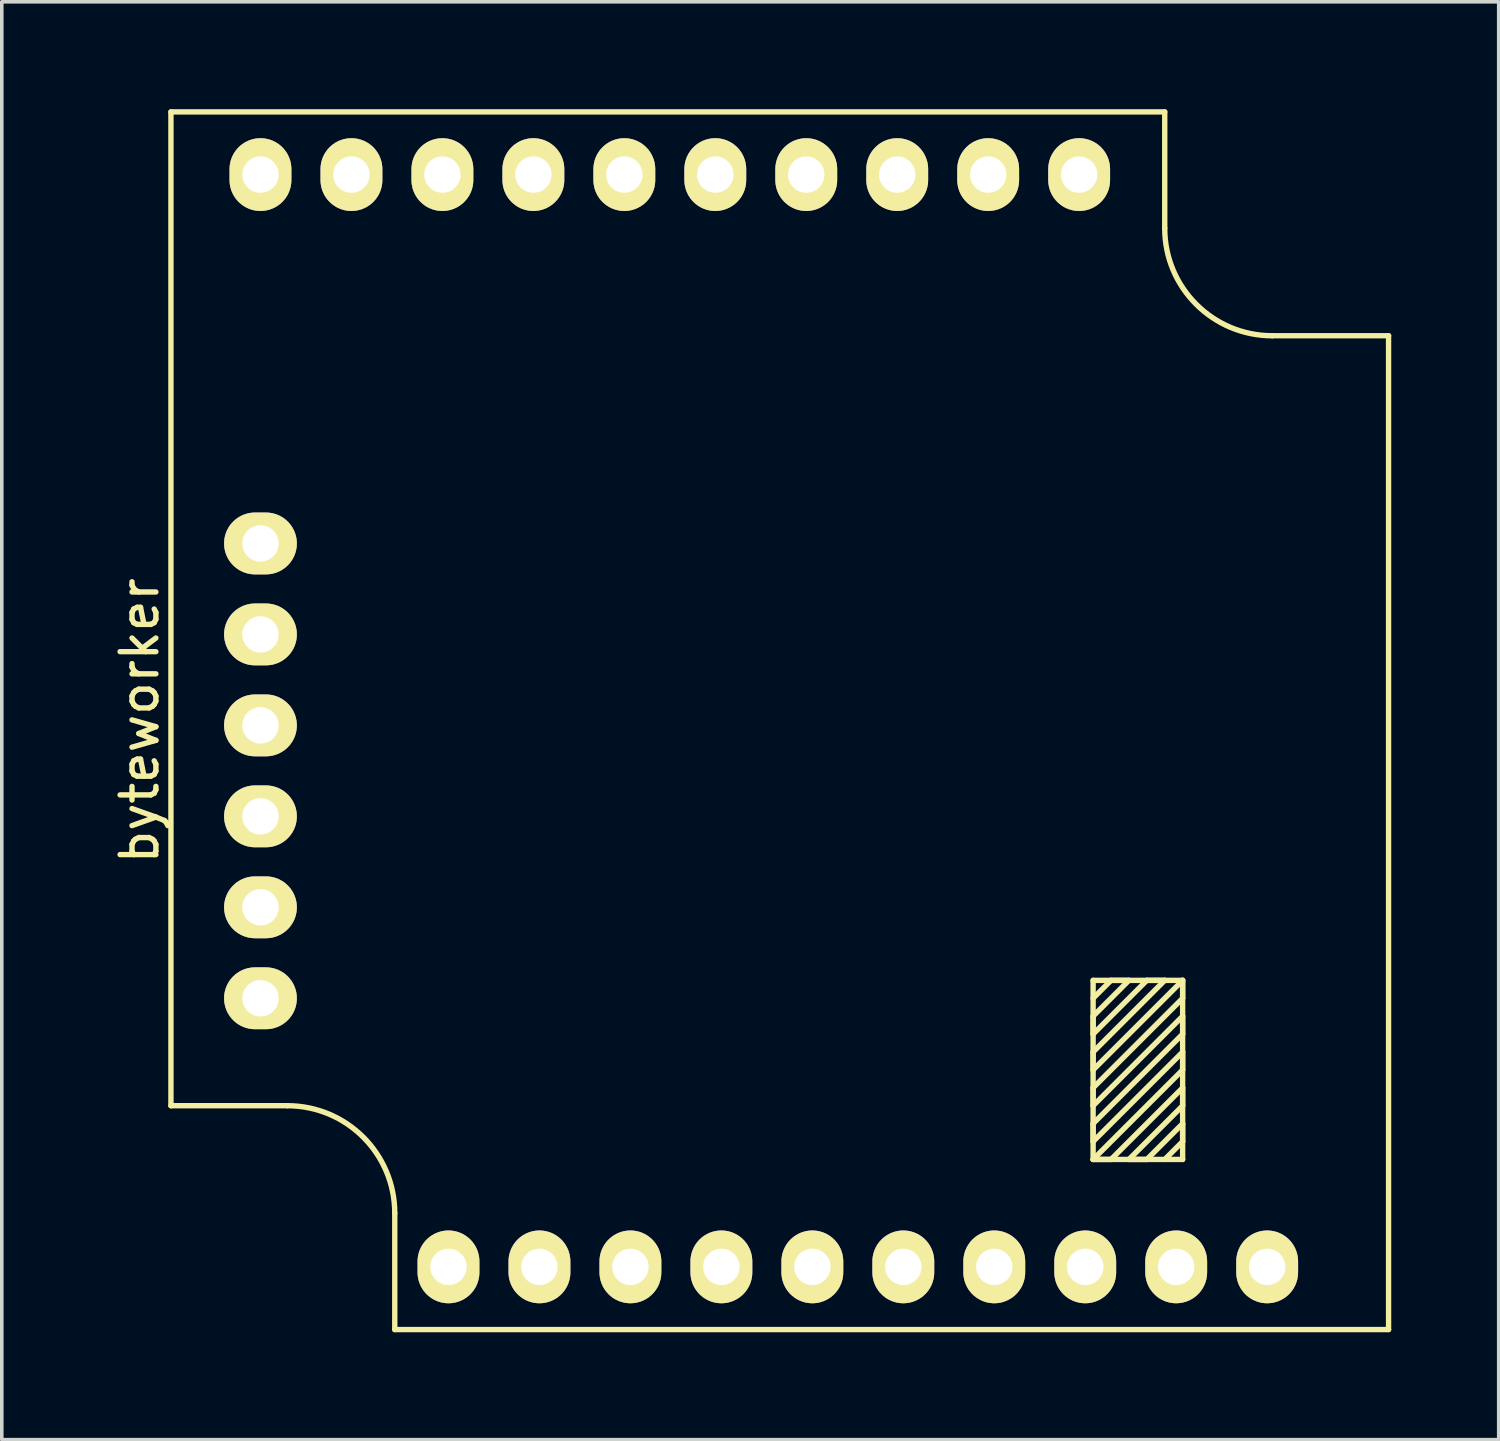
<source format=kicad_pcb>
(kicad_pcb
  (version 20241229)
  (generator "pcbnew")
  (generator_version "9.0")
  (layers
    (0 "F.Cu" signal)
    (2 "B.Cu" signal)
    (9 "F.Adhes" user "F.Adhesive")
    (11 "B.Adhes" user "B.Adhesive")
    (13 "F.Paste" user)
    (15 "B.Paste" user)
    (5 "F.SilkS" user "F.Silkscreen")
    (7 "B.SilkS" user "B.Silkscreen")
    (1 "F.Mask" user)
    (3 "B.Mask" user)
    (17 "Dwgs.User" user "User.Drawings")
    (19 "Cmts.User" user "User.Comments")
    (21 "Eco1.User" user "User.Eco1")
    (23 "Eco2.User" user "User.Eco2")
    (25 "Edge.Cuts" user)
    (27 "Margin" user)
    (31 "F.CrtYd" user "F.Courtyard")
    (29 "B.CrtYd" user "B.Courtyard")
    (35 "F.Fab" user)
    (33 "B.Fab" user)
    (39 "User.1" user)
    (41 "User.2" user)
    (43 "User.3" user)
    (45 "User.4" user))
  (footprint "byteworker"
    (layer "F.Cu")
    (at 14.473 16.075)
    (property "Reference" "byteworker" (at -13.625 1 270) (layer "F.SilkS") (effects (font (size 1 1) (thickness 0.15))))
    (attr through_hole)
    (fp_line (start -12.75 11.75) (end -12.75 -16) (stroke (width 0.15) (type solid)) (layer "F.SilkS"))
    (fp_line (start -12.75 11.75) (end -9.5 11.75) (stroke (width 0.15) (type solid)) (layer "F.SilkS"))
    (fp_line (start -6.5 18) (end -6.5 14.75) (stroke (width 0.15) (type solid)) (layer "F.SilkS"))
    (fp_line (start 13 9.25) (end 14 8.25) (stroke (width 0.15) (type solid)) (layer "F.SilkS"))
    (fp_line (start 13 9.75) (end 13 9.25) (stroke (width 0.15) (type solid)) (layer "F.SilkS"))
    (fp_line (start 13 10.25) (end 15 8.25) (stroke (width 0.15) (type solid)) (layer "F.SilkS"))
    (fp_line (start 13 10.75) (end 13 10.25) (stroke (width 0.15) (type solid)) (layer "F.SilkS"))
    (fp_line (start 13 11.25) (end 15.5 8.75) (stroke (width 0.15) (type solid)) (layer "F.SilkS"))
    (fp_line (start 13 11.75) (end 13 11.25) (stroke (width 0.15) (type solid)) (layer "F.SilkS"))
    (fp_line (start 13 12.25) (end 15.5 9.75) (stroke (width 0.15) (type solid)) (layer "F.SilkS"))
    (fp_line (start 13 12.75) (end 13 12.25) (stroke (width 0.15) (type solid)) (layer "F.SilkS"))
    (fp_line (start 13 13.25) (end 13 8.25) (stroke (width 0.15) (type solid)) (layer "F.SilkS"))
    (fp_line (start 13 13.25) (end 15.5 10.75) (stroke (width 0.15) (type solid)) (layer "F.SilkS"))
    (fp_line (start 13.5 8.25) (end 13 8.75) (stroke (width 0.15) (type solid)) (layer "F.SilkS"))
    (fp_line (start 13.5 13.25) (end 13 13.25) (stroke (width 0.15) (type solid)) (layer "F.SilkS"))
    (fp_line (start 14 8.25) (end 13.5 8.25) (stroke (width 0.15) (type solid)) (layer "F.SilkS"))
    (fp_line (start 14 13.25) (end 15.5 11.75) (stroke (width 0.15) (type solid)) (layer "F.SilkS"))
    (fp_line (start 14.5 8.25) (end 13 9.75) (stroke (width 0.15) (type solid)) (layer "F.SilkS"))
    (fp_line (start 14.5 13.25) (end 14 13.25) (stroke (width 0.15) (type solid)) (layer "F.SilkS"))
    (fp_line (start 15 -16) (end -12.75 -16) (stroke (width 0.15) (type solid)) (layer "F.SilkS"))
    (fp_line (start 15 -12.75) (end 15 -16) (stroke (width 0.15) (type solid)) (layer "F.SilkS"))
    (fp_line (start 15 8.25) (end 14.5 8.25) (stroke (width 0.15) (type solid)) (layer "F.SilkS"))
    (fp_line (start 15 13.25) (end 15.5 12.75) (stroke (width 0.15) (type solid)) (layer "F.SilkS"))
    (fp_line (start 15.5 8.25) (end 13 8.25) (stroke (width 0.15) (type solid)) (layer "F.SilkS"))
    (fp_line (start 15.5 8.25) (end 13 10.75) (stroke (width 0.15) (type solid)) (layer "F.SilkS"))
    (fp_line (start 15.5 8.75) (end 15.5 8.25) (stroke (width 0.15) (type solid)) (layer "F.SilkS"))
    (fp_line (start 15.5 9.25) (end 13 11.75) (stroke (width 0.15) (type solid)) (layer "F.SilkS"))
    (fp_line (start 15.5 9.75) (end 15.5 9.25) (stroke (width 0.15) (type solid)) (layer "F.SilkS"))
    (fp_line (start 15.5 10.25) (end 13 12.75) (stroke (width 0.15) (type solid)) (layer "F.SilkS"))
    (fp_line (start 15.5 10.75) (end 15.5 10.25) (stroke (width 0.15) (type solid)) (layer "F.SilkS"))
    (fp_line (start 15.5 11.25) (end 13.5 13.25) (stroke (width 0.15) (type solid)) (layer "F.SilkS"))
    (fp_line (start 15.5 11.75) (end 15.5 11.25) (stroke (width 0.15) (type solid)) (layer "F.SilkS"))
    (fp_line (start 15.5 12.25) (end 14.5 13.25) (stroke (width 0.15) (type solid)) (layer "F.SilkS"))
    (fp_line (start 15.5 12.75) (end 15.5 12.25) (stroke (width 0.15) (type solid)) (layer "F.SilkS"))
    (fp_line (start 15.5 13.25) (end 13 13.25) (stroke (width 0.15) (type solid)) (layer "F.SilkS"))
    (fp_line (start 15.5 13.25) (end 15.5 8.25) (stroke (width 0.15) (type solid)) (layer "F.SilkS"))
    (fp_line (start 18 -9.75) (end 21.25 -9.75) (stroke (width 0.15) (type solid)) (layer "F.SilkS"))
    (fp_line (start 21.25 18) (end -6.5 18) (stroke (width 0.15) (type solid)) (layer "F.SilkS"))
    (fp_line (start 21.25 18) (end 21.25 -9.75) (stroke (width 0.15) (type solid)) (layer "F.SilkS"))
    (fp_arc (start -9.5 11.75) (mid -7.37868 12.62868) (end -6.5 14.75) (stroke (width 0.15) (type solid)) (layer "F.SilkS"))
    (fp_arc (start 18 -9.75) (mid 15.87868 -10.62868) (end 15 -12.75) (stroke (width 0.15) (type solid)) (layer "F.SilkS"))
    (pad "1" thru_hole oval (at 17.86 16.25 90) (size 2.032 1.727) (drill 1.016) (layers "*.Cu" "*.Mask" "F.SilkS"))
    (pad "2" thru_hole oval (at 15.32 16.25 90) (size 2.032 1.727) (drill 1.016) (layers "*.Cu" "*.Mask" "F.SilkS"))
    (pad "3" thru_hole oval (at 12.78 16.25 90) (size 2.032 1.727) (drill 1.016) (layers "*.Cu" "*.Mask" "F.SilkS"))
    (pad "4" thru_hole oval (at 10.24 16.25 90) (size 2.032 1.727) (drill 1.016) (layers "*.Cu" "*.Mask" "F.SilkS"))
    (pad "5" thru_hole oval (at 7.7 16.25 90) (size 2.032 1.727) (drill 1.016) (layers "*.Cu" "*.Mask" "F.SilkS"))
    (pad "6" thru_hole oval (at 5.16 16.25 90) (size 2.032 1.727) (drill 1.016) (layers "*.Cu" "*.Mask" "F.SilkS"))
    (pad "7" thru_hole oval (at 2.62 16.25 90) (size 2.032 1.727) (drill 1.016) (layers "*.Cu" "*.Mask" "F.SilkS"))
    (pad "8" thru_hole oval (at 0.08 16.25 90) (size 2.032 1.727) (drill 1.016) (layers "*.Cu" "*.Mask" "F.SilkS"))
    (pad "9" thru_hole oval (at -2.46 16.25 90) (size 2.032 1.727) (drill 1.016) (layers "*.Cu" "*.Mask" "F.SilkS"))
    (pad "10" thru_hole oval (at -5 16.25 90) (size 2.032 1.727) (drill 1.016) (layers "*.Cu" "*.Mask" "F.SilkS"))
    (pad "11" thru_hole oval (at -10.25 8.75) (size 2.032 1.727) (drill 1.016) (layers "*.Cu" "*.Mask" "F.SilkS"))
    (pad "12" thru_hole oval (at -10.25 6.21) (size 2.032 1.727) (drill 1.016) (layers "*.Cu" "*.Mask" "F.SilkS"))
    (pad "13" thru_hole oval (at -10.25 3.67) (size 2.032 1.727) (drill 1.016) (layers "*.Cu" "*.Mask" "F.SilkS"))
    (pad "14" thru_hole oval (at -10.25 1.13) (size 2.032 1.727) (drill 1.016) (layers "*.Cu" "*.Mask" "F.SilkS"))
    (pad "15" thru_hole oval (at -10.25 -1.41) (size 2.032 1.727) (drill 1.016) (layers "*.Cu" "*.Mask" "F.SilkS"))
    (pad "16" thru_hole oval (at -10.25 -3.95) (size 2.032 1.727) (drill 1.016) (layers "*.Cu" "*.Mask" "F.SilkS"))
    (pad "17" thru_hole oval (at -10.25 -14.25 90) (size 2.032 1.727) (drill 1.016) (layers "*.Cu" "*.Mask" "F.SilkS"))
    (pad "18" thru_hole oval (at -7.71 -14.25 90) (size 2.032 1.727) (drill 1.016) (layers "*.Cu" "*.Mask" "F.SilkS"))
    (pad "19" thru_hole oval (at -5.17 -14.25 90) (size 2.032 1.727) (drill 1.016) (layers "*.Cu" "*.Mask" "F.SilkS"))
    (pad "20" thru_hole oval (at -2.63 -14.25 90) (size 2.032 1.727) (drill 1.016) (layers "*.Cu" "*.Mask" "F.SilkS"))
    (pad "21" thru_hole oval (at -0.09 -14.25 90) (size 2.032 1.727) (drill 1.016) (layers "*.Cu" "*.Mask" "F.SilkS"))
    (pad "22" thru_hole oval (at 2.45 -14.25 90) (size 2.032 1.727) (drill 1.016) (layers "*.Cu" "*.Mask" "F.SilkS"))
    (pad "23" thru_hole oval (at 4.99 -14.25 90) (size 2.032 1.727) (drill 1.016) (layers "*.Cu" "*.Mask" "F.SilkS"))
    (pad "24" thru_hole oval (at 7.53 -14.25 90) (size 2.032 1.727) (drill 1.016) (layers "*.Cu" "*.Mask" "F.SilkS"))
    (pad "25" thru_hole oval (at 10.07 -14.25 90) (size 2.032 1.727) (drill 1.016) (layers "*.Cu" "*.Mask" "F.SilkS"))
    (pad "26" thru_hole oval (at 12.61 -14.25 90) (size 2.032 1.727) (drill 1.016) (layers "*.Cu" "*.Mask" "F.SilkS")))
  (gr_rect
    (start -3 -3)
    (end 38.798 37.15)
    (stroke (width 0.1) (type default))
    (fill no)
    (layer "Edge.Cuts")))
</source>
